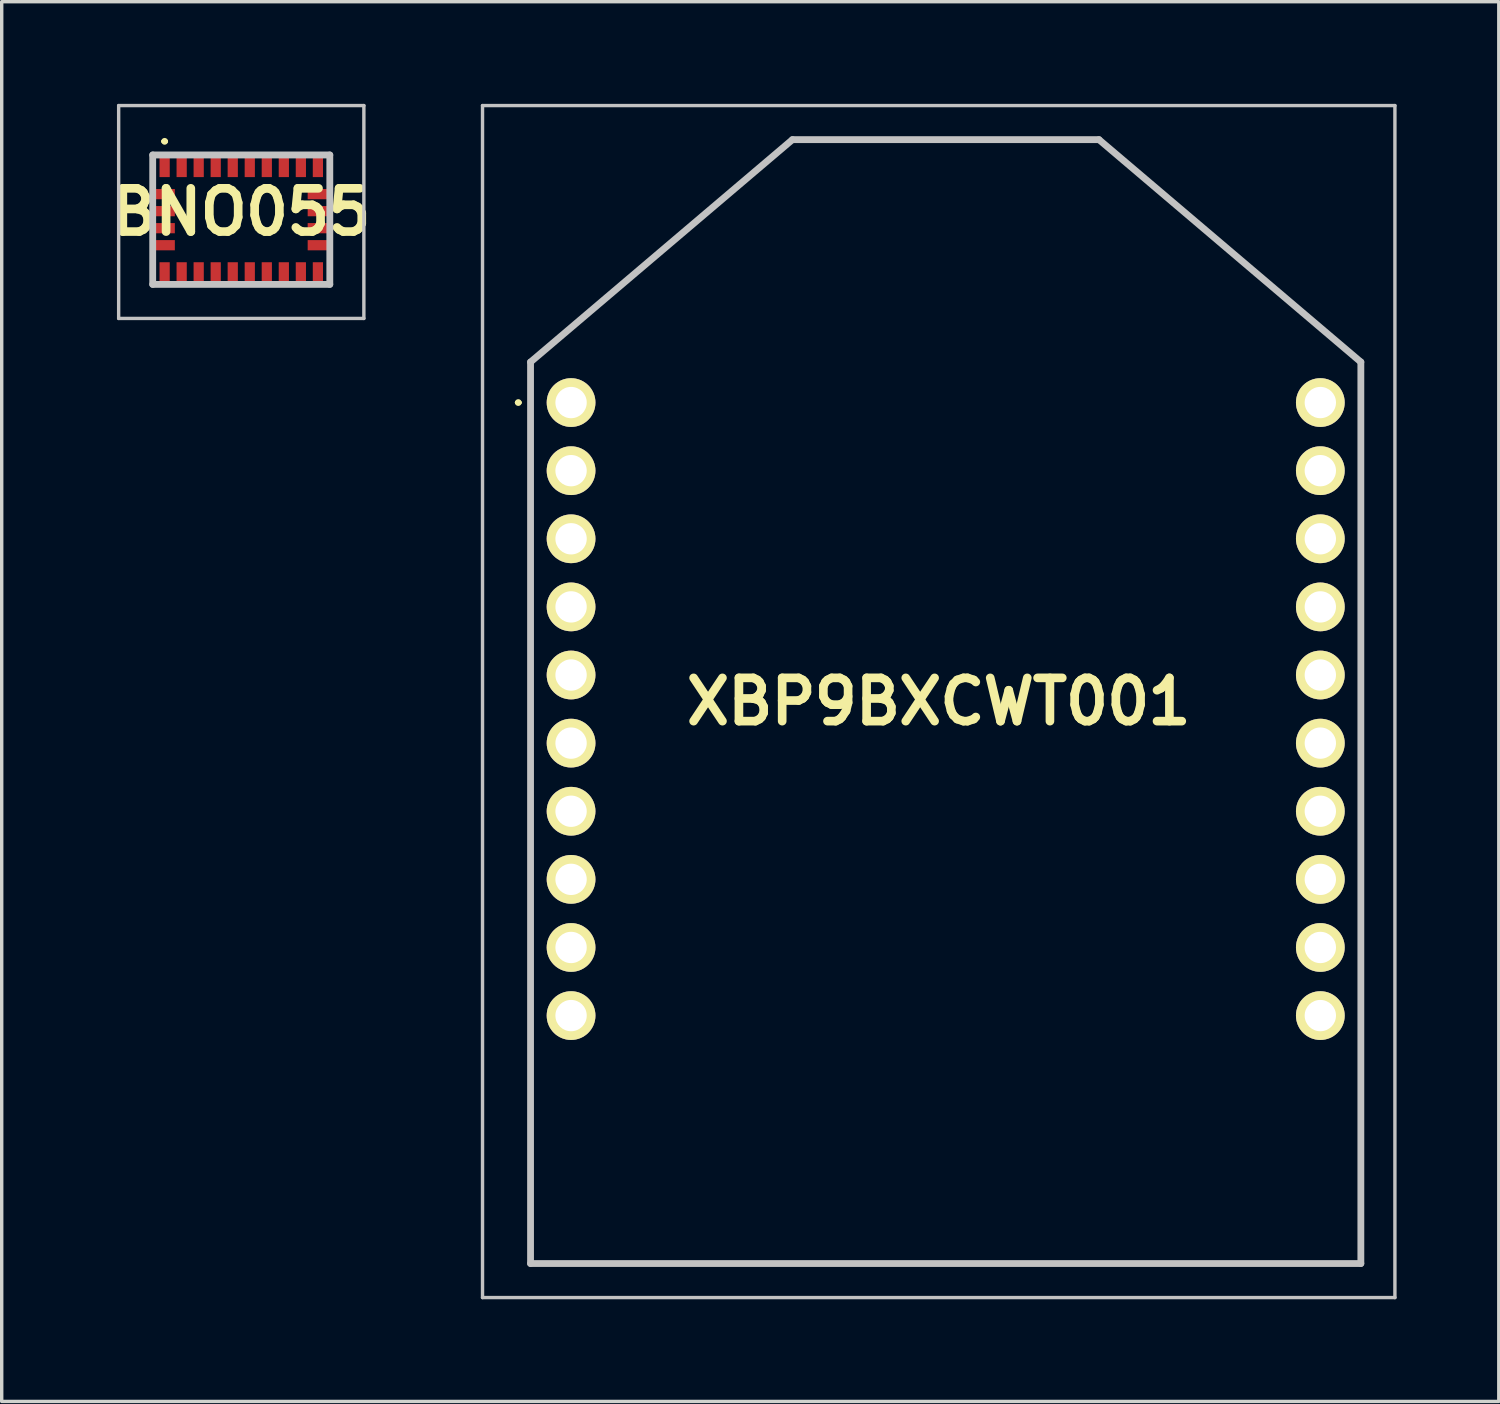
<source format=kicad_pcb>
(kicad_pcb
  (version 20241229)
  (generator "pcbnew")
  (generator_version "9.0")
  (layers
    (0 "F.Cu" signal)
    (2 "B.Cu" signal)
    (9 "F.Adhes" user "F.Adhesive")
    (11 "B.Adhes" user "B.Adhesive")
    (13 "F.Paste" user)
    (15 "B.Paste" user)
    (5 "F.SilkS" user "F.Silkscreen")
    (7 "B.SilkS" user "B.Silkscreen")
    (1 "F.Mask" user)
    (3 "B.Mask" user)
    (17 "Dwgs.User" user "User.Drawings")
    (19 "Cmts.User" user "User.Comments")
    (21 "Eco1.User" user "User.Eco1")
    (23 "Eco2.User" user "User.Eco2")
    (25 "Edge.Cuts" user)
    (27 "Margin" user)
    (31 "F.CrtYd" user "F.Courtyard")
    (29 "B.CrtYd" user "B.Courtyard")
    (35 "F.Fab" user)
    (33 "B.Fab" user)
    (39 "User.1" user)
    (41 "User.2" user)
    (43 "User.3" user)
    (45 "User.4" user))
  (footprint "BNO055"
    (layer "F.Cu")
    (at 4.034 3.4)
    (property "Reference" "BNO055" (at 0 -0.225 0) (layer "F.SilkS") (effects (font (size 1.27 1.27) (thickness 0.254))))
    (attr smd)
    (fp_line (start -2.6 -1.9) (end -2.6 -1) (stroke (width 0.1) (type solid)) (layer "F.SilkS"))
    (fp_line (start -2.6 1.9) (end -2.6 1) (stroke (width 0.1) (type solid)) (layer "F.SilkS"))
    (fp_line (start -2.3 -2.3) (end -2.3 -2.3) (stroke (width 0.1) (type solid)) (layer "F.SilkS"))
    (fp_line (start -2.2 -2.3) (end -2.2 -2.3) (stroke (width 0.1) (type solid)) (layer "F.SilkS"))
    (fp_line (start 2.6 -1.9) (end 2.6 -1) (stroke (width 0.1) (type solid)) (layer "F.SilkS"))
    (fp_line (start 2.6 1.9) (end 2.6 1) (stroke (width 0.1) (type solid)) (layer "F.SilkS"))
    (fp_arc (start -2.3 -2.3) (mid -2.25 -2.35) (end -2.2 -2.3) (stroke (width 0.1) (type solid)) (layer "F.SilkS"))
    (fp_arc (start -2.2 -2.3) (mid -2.25 -2.25) (end -2.3 -2.3) (stroke (width 0.1) (type solid)) (layer "F.SilkS"))
    (fp_line (start -3.6 -3.35) (end 3.6 -3.35) (stroke (width 0.1) (type solid)) (layer "Dwgs.User"))
    (fp_line (start -3.6 2.9) (end -3.6 -3.35) (stroke (width 0.1) (type solid)) (layer "Dwgs.User"))
    (fp_line (start -2.6 -1.9) (end 2.6 -1.9) (stroke (width 0.2) (type solid)) (layer "Dwgs.User"))
    (fp_line (start -2.6 1.9) (end -2.6 -1.9) (stroke (width 0.2) (type solid)) (layer "Dwgs.User"))
    (fp_line (start 2.6 -1.9) (end 2.6 1.9) (stroke (width 0.2) (type solid)) (layer "Dwgs.User"))
    (fp_line (start 2.6 1.9) (end -2.6 1.9) (stroke (width 0.2) (type solid)) (layer "Dwgs.User"))
    (fp_line (start 3.6 -3.35) (end 3.6 2.9) (stroke (width 0.1) (type solid)) (layer "Dwgs.User"))
    (fp_line (start 3.6 2.9) (end -3.6 2.9) (stroke (width 0.1) (type solid)) (layer "Dwgs.User"))
    (pad "1" smd rect (at -2.25 -1.55) (size 0.3 0.6) (layers "F.Cu" "F.Mask" "F.Paste"))
    (pad "2" smd rect (at -2.25 -0.75 90) (size 0.3 0.6) (layers "F.Cu" "F.Mask" "F.Paste"))
    (pad "3" smd rect (at -2.25 -0.25 90) (size 0.3 0.6) (layers "F.Cu" "F.Mask" "F.Paste"))
    (pad "4" smd rect (at -2.25 0.25 90) (size 0.3 0.6) (layers "F.Cu" "F.Mask" "F.Paste"))
    (pad "5" smd rect (at -2.25 0.75 90) (size 0.3 0.6) (layers "F.Cu" "F.Mask" "F.Paste"))
    (pad "6" smd rect (at -2.25 1.55) (size 0.3 0.6) (layers "F.Cu" "F.Mask" "F.Paste"))
    (pad "7" smd rect (at -1.75 1.55) (size 0.3 0.6) (layers "F.Cu" "F.Mask" "F.Paste"))
    (pad "8" smd rect (at -1.25 1.55) (size 0.3 0.6) (layers "F.Cu" "F.Mask" "F.Paste"))
    (pad "9" smd rect (at -0.75 1.55) (size 0.3 0.6) (layers "F.Cu" "F.Mask" "F.Paste"))
    (pad "10" smd rect (at -0.25 1.55) (size 0.3 0.6) (layers "F.Cu" "F.Mask" "F.Paste"))
    (pad "11" smd rect (at 0.25 1.55) (size 0.3 0.6) (layers "F.Cu" "F.Mask" "F.Paste"))
    (pad "12" smd rect (at 0.75 1.55) (size 0.3 0.6) (layers "F.Cu" "F.Mask" "F.Paste"))
    (pad "13" smd rect (at 1.25 1.55) (size 0.3 0.6) (layers "F.Cu" "F.Mask" "F.Paste"))
    (pad "14" smd rect (at 1.75 1.55) (size 0.3 0.6) (layers "F.Cu" "F.Mask" "F.Paste"))
    (pad "15" smd rect (at 2.25 1.55) (size 0.3 0.6) (layers "F.Cu" "F.Mask" "F.Paste"))
    (pad "16" smd rect (at 2.25 0.75 90) (size 0.3 0.6) (layers "F.Cu" "F.Mask" "F.Paste"))
    (pad "17" smd rect (at 2.25 0.25 90) (size 0.3 0.6) (layers "F.Cu" "F.Mask" "F.Paste"))
    (pad "18" smd rect (at 2.25 -0.25 90) (size 0.3 0.6) (layers "F.Cu" "F.Mask" "F.Paste"))
    (pad "19" smd rect (at 2.25 -0.75 90) (size 0.3 0.6) (layers "F.Cu" "F.Mask" "F.Paste"))
    (pad "20" smd rect (at 2.25 -1.55) (size 0.3 0.6) (layers "F.Cu" "F.Mask" "F.Paste"))
    (pad "21" smd rect (at 1.75 -1.55) (size 0.3 0.6) (layers "F.Cu" "F.Mask" "F.Paste"))
    (pad "22" smd rect (at 1.25 -1.55) (size 0.3 0.6) (layers "F.Cu" "F.Mask" "F.Paste"))
    (pad "23" smd rect (at 0.75 -1.55) (size 0.3 0.6) (layers "F.Cu" "F.Mask" "F.Paste"))
    (pad "24" smd rect (at 0.25 -1.55) (size 0.3 0.6) (layers "F.Cu" "F.Mask" "F.Paste"))
    (pad "25" smd rect (at -0.25 -1.55) (size 0.3 0.6) (layers "F.Cu" "F.Mask" "F.Paste"))
    (pad "26" smd rect (at -0.75 -1.55) (size 0.3 0.6) (layers "F.Cu" "F.Mask" "F.Paste"))
    (pad "27" smd rect (at -1.25 -1.55) (size 0.3 0.6) (layers "F.Cu" "F.Mask" "F.Paste"))
    (pad "28" smd rect (at -1.75 -1.55) (size 0.3 0.6) (layers "F.Cu" "F.Mask" "F.Paste")))
  (footprint "XBP9BXCWT001"
    (layer "F.Cu")
    (at 13.718 8.77)
    (property "Reference" "XBP9BXCWT001" (at 10.795 8.78 0) (layer "F.SilkS") (effects (font (size 1.27 1.27) (thickness 0.254))))
    (attr through_hole)
    (fp_line (start -1.6 0) (end -1.6 0) (stroke (width 0.1) (type solid)) (layer "F.SilkS"))
    (fp_line (start -1.5 0) (end -1.5 0) (stroke (width 0.1) (type solid)) (layer "F.SilkS"))
    (fp_line (start -1.19 -1.19) (end -1.19 25.28) (stroke (width 0.1) (type solid)) (layer "F.SilkS"))
    (fp_line (start -1.19 25.28) (end 23.19 25.28) (stroke (width 0.1) (type solid)) (layer "F.SilkS"))
    (fp_line (start 6.5 -7.72) (end -1.19 -1.19) (stroke (width 0.1) (type solid)) (layer "F.SilkS"))
    (fp_line (start 15.5 -7.72) (end 6.5 -7.72) (stroke (width 0.1) (type solid)) (layer "F.SilkS"))
    (fp_line (start 23.19 -1.19) (end 15.5 -7.72) (stroke (width 0.1) (type solid)) (layer "F.SilkS"))
    (fp_line (start 23.19 25.28) (end 23.19 -1.19) (stroke (width 0.1) (type solid)) (layer "F.SilkS"))
    (fp_arc (start -1.6 0) (mid -1.55 -0.05) (end -1.5 0) (stroke (width 0.1) (type solid)) (layer "F.SilkS"))
    (fp_arc (start -1.5 0) (mid -1.55 0.05) (end -1.6 0) (stroke (width 0.1) (type solid)) (layer "F.SilkS"))
    (fp_line (start -2.6 -8.72) (end 24.19 -8.72) (stroke (width 0.1) (type solid)) (layer "Dwgs.User"))
    (fp_line (start -2.6 26.28) (end -2.6 -8.72) (stroke (width 0.1) (type solid)) (layer "Dwgs.User"))
    (fp_line (start -1.19 -1.19) (end -1.19 25.28) (stroke (width 0.2) (type solid)) (layer "Dwgs.User"))
    (fp_line (start -1.19 25.28) (end 23.19 25.28) (stroke (width 0.2) (type solid)) (layer "Dwgs.User"))
    (fp_line (start 6.5 -7.72) (end -1.19 -1.19) (stroke (width 0.2) (type solid)) (layer "Dwgs.User"))
    (fp_line (start 15.5 -7.72) (end 6.5 -7.72) (stroke (width 0.2) (type solid)) (layer "Dwgs.User"))
    (fp_line (start 23.19 -1.19) (end 15.5 -7.72) (stroke (width 0.2) (type solid)) (layer "Dwgs.User"))
    (fp_line (start 23.19 25.28) (end 23.19 -1.19) (stroke (width 0.2) (type solid)) (layer "Dwgs.User"))
    (fp_line (start 24.19 -8.72) (end 24.19 26.28) (stroke (width 0.1) (type solid)) (layer "Dwgs.User"))
    (fp_line (start 24.19 26.28) (end -2.6 26.28) (stroke (width 0.1) (type solid)) (layer "Dwgs.User"))
    (pad "1" thru_hole circle (at 0 0 90) (size 1.431 1.431) (drill 0.92) (layers "*.Cu" "*.Mask" "F.SilkS"))
    (pad "2" thru_hole circle (at 0 2 90) (size 1.431 1.431) (drill 0.92) (layers "*.Cu" "*.Mask" "F.SilkS"))
    (pad "3" thru_hole circle (at 0 4 90) (size 1.431 1.431) (drill 0.92) (layers "*.Cu" "*.Mask" "F.SilkS"))
    (pad "4" thru_hole circle (at 0 6 90) (size 1.431 1.431) (drill 0.92) (layers "*.Cu" "*.Mask" "F.SilkS"))
    (pad "5" thru_hole circle (at 0 8 90) (size 1.431 1.431) (drill 0.92) (layers "*.Cu" "*.Mask" "F.SilkS"))
    (pad "6" thru_hole circle (at 0 10 90) (size 1.431 1.431) (drill 0.92) (layers "*.Cu" "*.Mask" "F.SilkS"))
    (pad "7" thru_hole circle (at 0 12 90) (size 1.431 1.431) (drill 0.92) (layers "*.Cu" "*.Mask" "F.SilkS"))
    (pad "8" thru_hole circle (at 0 14 90) (size 1.431 1.431) (drill 0.92) (layers "*.Cu" "*.Mask" "F.SilkS"))
    (pad "9" thru_hole circle (at 0 16 90) (size 1.431 1.431) (drill 0.92) (layers "*.Cu" "*.Mask" "F.SilkS"))
    (pad "10" thru_hole circle (at 0 18 90) (size 1.431 1.431) (drill 0.92) (layers "*.Cu" "*.Mask" "F.SilkS"))
    (pad "11" thru_hole circle (at 22 18 90) (size 1.431 1.431) (drill 0.92) (layers "*.Cu" "*.Mask" "F.SilkS"))
    (pad "12" thru_hole circle (at 22 16 90) (size 1.431 1.431) (drill 0.92) (layers "*.Cu" "*.Mask" "F.SilkS"))
    (pad "13" thru_hole circle (at 22 14 90) (size 1.431 1.431) (drill 0.92) (layers "*.Cu" "*.Mask" "F.SilkS"))
    (pad "14" thru_hole circle (at 22 12 90) (size 1.431 1.431) (drill 0.92) (layers "*.Cu" "*.Mask" "F.SilkS"))
    (pad "15" thru_hole circle (at 22 10 90) (size 1.431 1.431) (drill 0.92) (layers "*.Cu" "*.Mask" "F.SilkS"))
    (pad "16" thru_hole circle (at 22 8 90) (size 1.431 1.431) (drill 0.92) (layers "*.Cu" "*.Mask" "F.SilkS"))
    (pad "17" thru_hole circle (at 22 6 90) (size 1.431 1.431) (drill 0.92) (layers "*.Cu" "*.Mask" "F.SilkS"))
    (pad "18" thru_hole circle (at 22 4 90) (size 1.431 1.431) (drill 0.92) (layers "*.Cu" "*.Mask" "F.SilkS"))
    (pad "19" thru_hole circle (at 22 2 90) (size 1.431 1.431) (drill 0.92) (layers "*.Cu" "*.Mask" "F.SilkS"))
    (pad "20" thru_hole circle (at 22 0 90) (size 1.431 1.431) (drill 0.92) (layers "*.Cu" "*.Mask" "F.SilkS")))
  (gr_rect
    (start -3 -3)
    (end 40.958 38.1)
    (stroke (width 0.1) (type default))
    (fill no)
    (layer "Edge.Cuts")))
</source>
